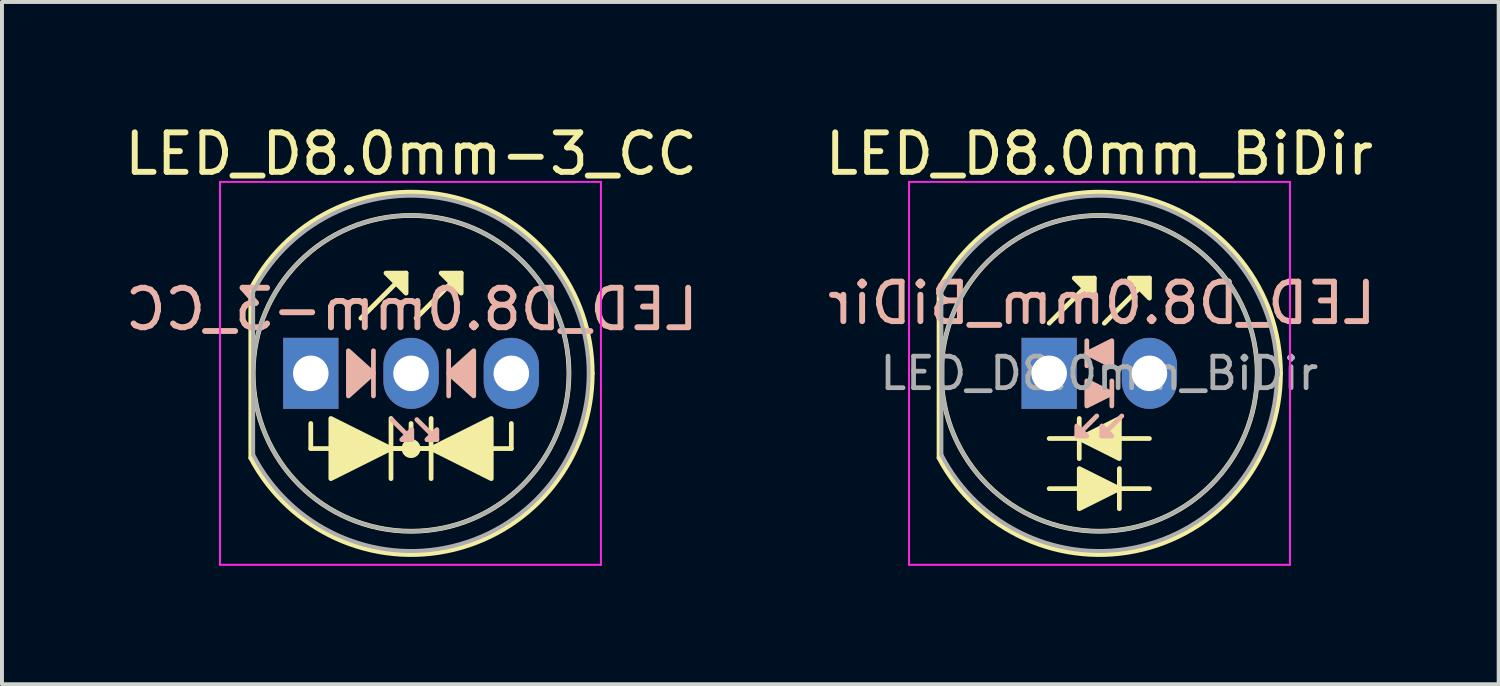
<source format=kicad_pcb>
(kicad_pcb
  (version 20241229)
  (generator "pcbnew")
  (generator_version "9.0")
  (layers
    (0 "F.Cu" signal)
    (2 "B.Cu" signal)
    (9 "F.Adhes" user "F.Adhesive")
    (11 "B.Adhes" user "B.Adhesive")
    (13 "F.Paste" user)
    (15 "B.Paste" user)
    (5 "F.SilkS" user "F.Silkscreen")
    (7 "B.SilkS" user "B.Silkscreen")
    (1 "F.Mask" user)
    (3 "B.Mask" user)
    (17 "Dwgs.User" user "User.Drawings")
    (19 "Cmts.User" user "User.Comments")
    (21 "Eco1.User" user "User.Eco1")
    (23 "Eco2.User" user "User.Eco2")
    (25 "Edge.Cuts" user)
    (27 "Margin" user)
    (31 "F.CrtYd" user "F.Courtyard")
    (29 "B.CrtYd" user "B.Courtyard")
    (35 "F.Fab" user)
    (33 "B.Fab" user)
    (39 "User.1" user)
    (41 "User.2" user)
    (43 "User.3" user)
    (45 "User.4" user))
  (footprint "LED_D8.0mm_BiDir"
    (layer "F.Cu")
    (at 23.528 6.408)
    (property "Reference" "LED_D8.0mm_BiDir" (at 1.27 -5.56 0) (layer "F.SilkS") (effects (font (size 1 1) (thickness 0.15))))
    (fp_line (start -2.79 -2.142) (end -2.79 2.142) (stroke (width 0.12) (type solid)) (layer "F.SilkS"))
    (fp_line (start 0 -1.27) (end 1.143 -2.413) (stroke (width 0.12) (type solid)) (layer "F.SilkS"))
    (fp_line (start 0 1.651) (end 2.54 1.651) (stroke (width 0.12) (type default)) (layer "F.SilkS"))
    (fp_line (start 0.762 1.143) (end 0.762 2.159) (stroke (width 0.12) (type default)) (layer "F.SilkS"))
    (fp_line (start 1.397 -1.27) (end 2.54 -2.413) (stroke (width 0.12) (type solid)) (layer "F.SilkS"))
    (fp_line (start 1.778 3.429) (end 1.778 2.413) (stroke (width 0.12) (type default)) (layer "F.SilkS"))
    (fp_line (start 2.54 2.921) (end 0 2.921) (stroke (width 0.12) (type default)) (layer "F.SilkS"))
    (fp_arc (start -2.79 -2.141145) (mid 2.373119 -4.455472) (end 5.86 0.000486) (stroke (width 0.12) (type solid)) (layer "F.SilkS"))
    (fp_arc (start 5.86 -0.000486) (mid 2.373119 4.455472) (end -2.79 2.141145) (stroke (width 0.12) (type solid)) (layer "F.SilkS"))
    (fp_circle (center 1.27 0) (end 5.27 0) (stroke (width 0.12) (type solid)) (fill no) (layer "F.SilkS"))
    (fp_poly (pts (xy 0.762 2.413) (xy 1.778 2.921) (xy 0.762 3.429)) (stroke (width 0.12) (type solid)) (fill yes) (layer "F.SilkS"))
    (fp_poly (pts (xy 1.143 -1.905) (xy 0.635 -2.413) (xy 1.143 -2.413)) (stroke (width 0.12) (type solid)) (fill yes) (layer "F.SilkS"))
    (fp_poly (pts (xy 1.778 2.159) (xy 0.762 1.651) (xy 1.778 1.143)) (stroke (width 0.12) (type solid)) (fill yes) (layer "F.SilkS"))
    (fp_poly (pts (xy 2.54 -1.905) (xy 2.032 -2.413) (xy 2.54 -2.413)) (stroke (width 0.12) (type solid)) (fill yes) (layer "F.SilkS"))
    (fp_line (start 0.953 -0.826) (end 0.953 -0.191) (stroke (width 0.12) (type solid)) (layer "B.SilkS"))
    (fp_line (start 1.206 1.079) (end 0.699 1.587) (stroke (width 0.12) (type solid)) (layer "B.SilkS"))
    (fp_line (start 1.587 0.826) (end 1.587 0.191) (stroke (width 0.12) (type solid)) (layer "B.SilkS"))
    (fp_line (start 1.841 1.079) (end 1.333 1.587) (stroke (width 0.12) (type solid)) (layer "B.SilkS"))
    (fp_poly (pts (xy 0.699 1.333) (xy 0.953 1.587) (xy 0.699 1.587)) (stroke (width 0.12) (type solid)) (fill yes) (layer "B.SilkS"))
    (fp_poly (pts (xy 0.953 0.191) (xy 1.587 0.508) (xy 0.953 0.826)) (stroke (width 0.12) (type solid)) (fill yes) (layer "B.SilkS"))
    (fp_poly (pts (xy 1.333 1.333) (xy 1.587 1.587) (xy 1.333 1.587)) (stroke (width 0.12) (type solid)) (fill yes) (layer "B.SilkS"))
    (fp_poly (pts (xy 1.587 -0.191) (xy 0.953 -0.508) (xy 1.587 -0.826)) (stroke (width 0.12) (type solid)) (fill yes) (layer "B.SilkS"))
    (fp_line (start -3.55 -4.85) (end -3.55 4.85) (stroke (width 0.05) (type solid)) (layer "F.CrtYd"))
    (fp_line (start -3.55 4.85) (end 6.1 4.85) (stroke (width 0.05) (type solid)) (layer "F.CrtYd"))
    (fp_line (start 6.1 -4.85) (end -3.55 -4.85) (stroke (width 0.05) (type solid)) (layer "F.CrtYd"))
    (fp_line (start 6.1 4.85) (end 6.1 -4.85) (stroke (width 0.05) (type solid)) (layer "F.CrtYd"))
    (fp_line (start -2.73 -2.062) (end -2.73 2.062) (stroke (width 0.1) (type solid)) (layer "F.Fab"))
    (fp_arc (start -2.73 -2.061553) (mid 5.77 0.00126) (end -2.731154 2.059312) (stroke (width 0.1) (type solid)) (layer "F.Fab"))
    (fp_circle (center 1.27 0) (end 5.27 0) (stroke (width 0.1) (type solid)) (fill no) (layer "F.Fab"))
    (fp_text user "${REFERENCE}" (at 1.333 -1.778 0) (layer "B.SilkS") (effects (font (size 1 1) (thickness 0.15)) (justify mirror)))
    (fp_text user "${REFERENCE}" (at 1.27 0 0) (layer "F.Fab") (effects (font (size 0.8 0.8) (thickness 0.12))))
    (pad "1" thru_hole rect (at 0 0) (size 1.4 1.8) (drill 0.9) (layers "*.Cu" "*.Mask"))
    (pad "2" thru_hole oval (at 2.54 0) (size 1.4 1.8) (drill 0.9) (layers "*.Cu" "*.Mask")))
  (footprint "LED_D8.0mm-3_CC"
    (layer "F.Cu")
    (at 4.823 6.408)
    (property "Reference" "LED_D8.0mm-3_CC" (at 2.54 -5.56 0) (layer "F.SilkS") (effects (font (size 1 1) (thickness 0.15))))
    (fp_line (start -1.52 -2.142) (end -1.52 2.142) (stroke (width 0.12) (type solid)) (layer "F.SilkS"))
    (fp_line (start 0 1.905) (end 0 1.27) (stroke (width 0.12) (type solid)) (layer "F.SilkS"))
    (fp_line (start 0.508 1.905) (end 0 1.905) (stroke (width 0.12) (type solid)) (layer "F.SilkS"))
    (fp_line (start 1.27 -1.397) (end 2.413 -2.54) (stroke (width 0.12) (type solid)) (layer "F.SilkS"))
    (fp_line (start 2.032 1.905) (end 3.048 1.905) (stroke (width 0.12) (type solid)) (layer "F.SilkS"))
    (fp_line (start 2.032 2.667) (end 2.032 1.143) (stroke (width 0.12) (type solid)) (layer "F.SilkS"))
    (fp_line (start 2.54 1.905) (end 2.54 1.27) (stroke (width 0.12) (type solid)) (layer "F.SilkS"))
    (fp_line (start 2.667 -1.397) (end 3.81 -2.54) (stroke (width 0.12) (type solid)) (layer "F.SilkS"))
    (fp_line (start 3.048 1.143) (end 3.048 2.667) (stroke (width 0.12) (type solid)) (layer "F.SilkS"))
    (fp_line (start 3.048 1.905) (end 2.032 1.905) (stroke (width 0.12) (type solid)) (layer "F.SilkS"))
    (fp_line (start 4.572 1.905) (end 5.08 1.905) (stroke (width 0.12) (type solid)) (layer "F.SilkS"))
    (fp_line (start 5.08 1.905) (end 5.08 1.27) (stroke (width 0.12) (type solid)) (layer "F.SilkS"))
    (fp_arc (start -1.52 -2.141145) (mid 3.643119 -4.455472) (end 7.13 0.000486) (stroke (width 0.12) (type solid)) (layer "F.SilkS"))
    (fp_arc (start 7.13 -0.000486) (mid 3.643119 4.455472) (end -1.52 2.141145) (stroke (width 0.12) (type solid)) (layer "F.SilkS"))
    (fp_circle (center 2.54 0) (end 6.54 0) (stroke (width 0.12) (type solid)) (fill no) (layer "F.SilkS"))
    (fp_circle (center 2.54 1.905) (end 2.72 1.905) (stroke (width 0.12) (type solid)) (fill yes) (layer "F.SilkS"))
    (fp_poly (pts (xy 0.508 1.143) (xy 2.032 1.905) (xy 0.508 2.667)) (stroke (width 0.12) (type solid)) (fill yes) (layer "F.SilkS"))
    (fp_poly (pts (xy 2.413 -2.032) (xy 1.905 -2.54) (xy 2.413 -2.54)) (stroke (width 0.12) (type solid)) (fill yes) (layer "F.SilkS"))
    (fp_poly (pts (xy 3.81 -2.032) (xy 3.302 -2.54) (xy 3.81 -2.54)) (stroke (width 0.12) (type solid)) (fill yes) (layer "F.SilkS"))
    (fp_poly (pts (xy 4.572 2.667) (xy 3.048 1.905) (xy 4.572 1.143)) (stroke (width 0.12) (type solid)) (fill yes) (layer "F.SilkS"))
    (fp_line (start 1.587 0.572) (end 1.587 -0.572) (stroke (width 0.12) (type solid)) (layer "B.SilkS"))
    (fp_line (start 2.559 1.679) (end 2.051 1.171) (stroke (width 0.12) (type solid)) (layer "B.SilkS"))
    (fp_line (start 3.194 1.679) (end 2.686 1.171) (stroke (width 0.12) (type solid)) (layer "B.SilkS"))
    (fp_line (start 3.493 -0.572) (end 3.493 0.572) (stroke (width 0.12) (type solid)) (layer "B.SilkS"))
    (fp_poly (pts (xy 0.953 0.572) (xy 1.587 0) (xy 0.953 -0.572)) (stroke (width 0.12) (type solid)) (fill yes) (layer "B.SilkS"))
    (fp_poly (pts (xy 2.559 1.425) (xy 2.305 1.679) (xy 2.559 1.679)) (stroke (width 0.12) (type solid)) (fill yes) (layer "B.SilkS"))
    (fp_poly (pts (xy 3.194 1.425) (xy 2.94 1.679) (xy 3.194 1.679)) (stroke (width 0.12) (type solid)) (fill yes) (layer "B.SilkS"))
    (fp_poly (pts (xy 4.128 0.572) (xy 3.493 0) (xy 4.128 -0.572)) (stroke (width 0.12) (type solid)) (fill yes) (layer "B.SilkS"))
    (fp_line (start -2.3 -4.85) (end -2.3 4.85) (stroke (width 0.05) (type solid)) (layer "F.CrtYd"))
    (fp_line (start -2.3 4.85) (end 7.35 4.85) (stroke (width 0.05) (type solid)) (layer "F.CrtYd"))
    (fp_line (start 7.35 -4.85) (end -2.3 -4.85) (stroke (width 0.05) (type solid)) (layer "F.CrtYd"))
    (fp_line (start 7.35 4.85) (end 7.35 -4.85) (stroke (width 0.05) (type solid)) (layer "F.CrtYd"))
    (fp_line (start -1.46 -2.062) (end -1.46 2.062) (stroke (width 0.1) (type solid)) (layer "F.Fab"))
    (fp_arc (start -1.46 -2.061553) (mid 7.04 0.00126) (end -1.461154 2.059312) (stroke (width 0.1) (type solid)) (layer "F.Fab"))
    (fp_circle (center 2.54 0) (end 6.54 0) (stroke (width 0.1) (type solid)) (fill no) (layer "F.Fab"))
    (fp_text user "${REFERENCE}" (at 2.559 -1.623 0) (layer "B.SilkS") (effects (font (size 1 1) (thickness 0.15)) (justify mirror)))
    (pad "1" thru_hole rect (at 0 0) (size 1.4 1.8) (drill 0.9) (layers "*.Cu" "*.Mask"))
    (pad "2" thru_hole oval (at 2.54 0) (size 1.4 1.8) (drill 0.9) (layers "*.Cu" "*.Mask"))
    (pad "3" thru_hole oval (at 5.08 0) (size 1.4 1.8) (drill 0.9) (layers "*.Cu" "*.Mask")))
  (gr_rect
    (start -3 -3)
    (end 34.915 14.283)
    (stroke (width 0.1) (type default))
    (fill no)
    (layer "Edge.Cuts")))
</source>
